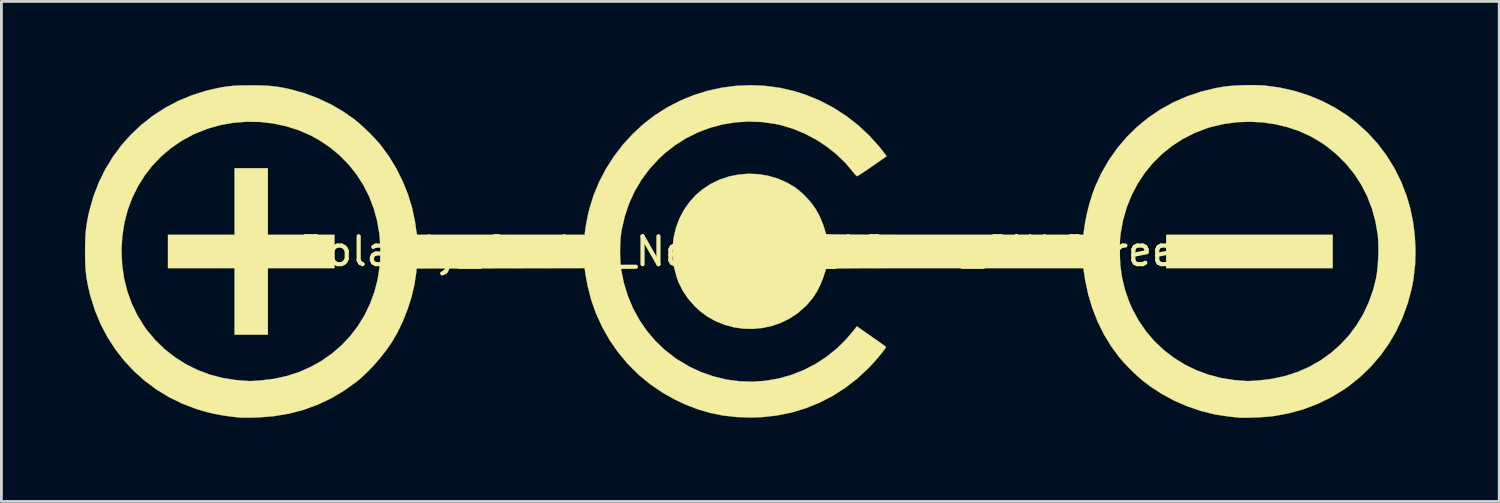
<source format=kicad_pcb>
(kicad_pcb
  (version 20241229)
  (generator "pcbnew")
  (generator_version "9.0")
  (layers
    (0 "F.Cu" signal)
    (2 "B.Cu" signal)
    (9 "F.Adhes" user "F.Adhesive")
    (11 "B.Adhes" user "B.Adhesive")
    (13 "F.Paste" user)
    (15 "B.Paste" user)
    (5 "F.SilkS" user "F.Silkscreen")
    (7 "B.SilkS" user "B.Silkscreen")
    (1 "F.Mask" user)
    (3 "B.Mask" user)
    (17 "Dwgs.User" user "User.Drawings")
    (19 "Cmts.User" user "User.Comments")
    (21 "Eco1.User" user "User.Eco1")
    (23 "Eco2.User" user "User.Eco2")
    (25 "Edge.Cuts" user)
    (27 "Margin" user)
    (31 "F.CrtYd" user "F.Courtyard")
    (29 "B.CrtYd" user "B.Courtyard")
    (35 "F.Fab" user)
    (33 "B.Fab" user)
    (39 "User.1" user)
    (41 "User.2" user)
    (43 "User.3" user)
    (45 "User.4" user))
  (footprint "Polarity_Center_Negative_12mm_SilkScreen"
    (layer "F.Cu")
    (at 23.873 5.977)
    (property "Reference" "Polarity_Center_Negative_12mm_SilkScreen" (at 0 0 0) (layer "F.SilkS") (effects (font (size 1 1) (thickness 0.15))))
    (attr board_only exclude_from_pos_files exclude_from_bom allow_missing_courtyard)
    (fp_poly (pts (xy 20.918 0.598) (xy 14.941 0.598) (xy 14.941 -0.598) (xy 20.918 -0.598) (xy 20.918 0.598)) (stroke (width 0.01) (type solid)) (fill yes) (layer "F.SilkS"))
    (fp_poly (pts (xy -17.307 -0.598) (xy -14.916 -0.598) (xy -14.916 0.598) (xy -17.307 0.598) (xy -17.307 2.988) (xy -18.502 2.988) (xy -18.502 0.598) (xy -20.893 0.598) (xy -20.893 -0.598) (xy -18.502 -0.598) (xy -18.502 -2.988) (xy -17.307 -2.988) (xy -17.307 -0.598)) (stroke (width 0.01) (type solid)) (fill yes) (layer "F.SilkS"))
    (fp_poly (pts (xy 18.17 -5.97) (xy 18.386 -5.962) (xy 18.491 -5.954) (xy 19.023 -5.882) (xy 19.544 -5.764) (xy 20.051 -5.603) (xy 20.539 -5.401) (xy 21.004 -5.159) (xy 21.441 -4.88) (xy 21.789 -4.612) (xy 22.184 -4.251) (xy 22.541 -3.857) (xy 22.86 -3.433) (xy 23.138 -2.981) (xy 23.375 -2.504) (xy 23.569 -2.004) (xy 23.695 -1.581) (xy 23.801 -1.077) (xy 23.867 -0.558) (xy 23.892 -0.035) (xy 23.876 0.485) (xy 23.818 0.993) (xy 23.755 1.329) (xy 23.612 1.862) (xy 23.427 2.371) (xy 23.201 2.855) (xy 22.934 3.313) (xy 22.628 3.742) (xy 22.284 4.14) (xy 21.904 4.506) (xy 21.488 4.838) (xy 21.313 4.96) (xy 20.854 5.239) (xy 20.374 5.473) (xy 19.874 5.663) (xy 19.351 5.808) (xy 18.844 5.903) (xy 18.716 5.919) (xy 18.558 5.933) (xy 18.381 5.946) (xy 18.195 5.956) (xy 18.011 5.964) (xy 17.839 5.968) (xy 17.69 5.969) (xy 17.575 5.966) (xy 17.531 5.962) (xy 17.469 5.955) (xy 17.373 5.945) (xy 17.258 5.933) (xy 17.182 5.925) (xy 16.69 5.85) (xy 16.198 5.728) (xy 15.711 5.563) (xy 15.238 5.358) (xy 14.786 5.116) (xy 14.362 4.839) (xy 14.107 4.644) (xy 13.944 4.504) (xy 13.766 4.338) (xy 13.586 4.16) (xy 13.418 3.982) (xy 13.274 3.818) (xy 13.257 3.798) (xy 12.967 3.405) (xy 12.707 2.977) (xy 12.482 2.521) (xy 12.293 2.041) (xy 12.143 1.544) (xy 12.035 1.036) (xy 12.014 0.903) (xy 11.969 0.598) (xy 7.353 0.598) (xy 6.77 0.598) (xy 6.235 0.598) (xy 5.746 0.598) (xy 5.301 0.599) (xy 4.899 0.599) (xy 4.538 0.6) (xy 4.215 0.601) (xy 3.93 0.602) (xy 3.681 0.604) (xy 3.465 0.605) (xy 3.28 0.607) (xy 3.126 0.61) (xy 3 0.612) (xy 2.9 0.615) (xy 2.825 0.618) (xy 2.773 0.621) (xy 2.741 0.624) (xy 2.729 0.628) (xy 2.729 0.629) (xy 2.628 0.944) (xy 2.517 1.218) (xy 2.391 1.46) (xy 2.244 1.68) (xy 2.071 1.887) (xy 1.993 1.968) (xy 1.725 2.205) (xy 1.433 2.401) (xy 1.122 2.556) (xy 0.795 2.671) (xy 0.458 2.745) (xy 0.116 2.778) (xy -0.229 2.771) (xy -0.57 2.724) (xy -0.903 2.635) (xy -1.224 2.506) (xy -1.528 2.337) (xy -1.811 2.126) (xy -1.975 1.974) (xy -2.217 1.7) (xy -2.413 1.411) (xy -2.565 1.102) (xy -2.627 0.936) (xy -2.723 0.576) (xy -2.773 0.214) (xy -2.776 0.009) (xy 13.273 0.009) (xy 13.294 0.49) (xy 13.358 0.95) (xy 13.467 1.394) (xy 13.621 1.827) (xy 13.733 2.079) (xy 13.958 2.49) (xy 14.221 2.871) (xy 14.519 3.22) (xy 14.85 3.535) (xy 15.211 3.814) (xy 15.6 4.056) (xy 16.013 4.259) (xy 16.449 4.421) (xy 16.905 4.541) (xy 17.378 4.617) (xy 17.655 4.64) (xy 17.745 4.645) (xy 17.824 4.65) (xy 17.855 4.652) (xy 17.902 4.652) (xy 17.988 4.648) (xy 18.1 4.642) (xy 18.229 4.634) (xy 18.257 4.632) (xy 18.746 4.573) (xy 19.215 4.47) (xy 19.663 4.324) (xy 20.086 4.137) (xy 20.484 3.91) (xy 20.853 3.647) (xy 21.193 3.347) (xy 21.501 3.014) (xy 21.775 2.648) (xy 22.013 2.252) (xy 22.212 1.828) (xy 22.372 1.376) (xy 22.475 0.971) (xy 22.507 0.784) (xy 22.532 0.562) (xy 22.549 0.318) (xy 22.559 0.066) (xy 22.561 -0.18) (xy 22.553 -0.406) (xy 22.538 -0.591) (xy 22.454 -1.078) (xy 22.327 -1.543) (xy 22.156 -1.985) (xy 21.943 -2.401) (xy 21.689 -2.79) (xy 21.394 -3.152) (xy 21.059 -3.485) (xy 20.684 -3.788) (xy 20.519 -3.903) (xy 20.138 -4.128) (xy 19.731 -4.315) (xy 19.302 -4.462) (xy 18.857 -4.568) (xy 18.401 -4.634) (xy 17.938 -4.658) (xy 17.475 -4.64) (xy 17.016 -4.578) (xy 16.567 -4.474) (xy 16.385 -4.418) (xy 15.943 -4.245) (xy 15.527 -4.032) (xy 15.141 -3.781) (xy 14.785 -3.493) (xy 14.461 -3.172) (xy 14.172 -2.819) (xy 13.919 -2.437) (xy 13.704 -2.028) (xy 13.529 -1.595) (xy 13.396 -1.139) (xy 13.307 -0.664) (xy 13.299 -0.598) (xy 13.289 -0.496) (xy 13.282 -0.359) (xy 13.276 -0.204) (xy 13.273 -0.045) (xy 13.273 0.009) (xy -2.776 0.009) (xy -2.778 -0.146) (xy -2.739 -0.501) (xy -2.658 -0.846) (xy -2.535 -1.176) (xy -2.373 -1.487) (xy -2.171 -1.775) (xy -1.932 -2.036) (xy -1.711 -2.225) (xy -1.411 -2.423) (xy -1.091 -2.578) (xy -0.754 -2.691) (xy -0.405 -2.761) (xy -0.05 -2.789) (xy 0.306 -2.774) (xy 0.658 -2.716) (xy 1.002 -2.615) (xy 1.332 -2.47) (xy 1.606 -2.308) (xy 1.688 -2.247) (xy 1.79 -2.163) (xy 1.896 -2.069) (xy 1.961 -2.009) (xy 2.176 -1.776) (xy 2.357 -1.526) (xy 2.508 -1.252) (xy 2.633 -0.946) (xy 2.729 -0.629) (xy 2.739 -0.625) (xy 2.768 -0.621) (xy 2.818 -0.618) (xy 2.89 -0.615) (xy 2.987 -0.612) (xy 3.11 -0.61) (xy 3.26 -0.608) (xy 3.441 -0.606) (xy 3.653 -0.604) (xy 3.898 -0.603) (xy 4.179 -0.601) (xy 4.497 -0.6) (xy 4.853 -0.599) (xy 5.25 -0.599) (xy 5.689 -0.598) (xy 6.173 -0.598) (xy 6.702 -0.598) (xy 7.279 -0.598) (xy 7.355 -0.598) (xy 11.973 -0.598) (xy 11.99 -0.753) (xy 12.036 -1.066) (xy 12.105 -1.401) (xy 12.193 -1.741) (xy 12.295 -2.068) (xy 12.391 -2.326) (xy 12.618 -2.817) (xy 12.884 -3.278) (xy 13.187 -3.71) (xy 13.526 -4.108) (xy 13.898 -4.473) (xy 14.301 -4.803) (xy 14.733 -5.096) (xy 15.193 -5.35) (xy 15.678 -5.563) (xy 16.186 -5.735) (xy 16.715 -5.864) (xy 17.017 -5.916) (xy 17.208 -5.938) (xy 17.433 -5.955) (xy 17.679 -5.967) (xy 17.929 -5.972) (xy 18.17 -5.97)) (stroke (width 0.01) (type solid)) (fill yes) (layer "F.SilkS"))
    (fp_poly (pts (xy 0.563 -5.943) (xy 1.084 -5.872) (xy 1.598 -5.753) (xy 2.005 -5.623) (xy 2.511 -5.414) (xy 2.995 -5.161) (xy 3.453 -4.866) (xy 3.884 -4.531) (xy 4.284 -4.158) (xy 4.652 -3.749) (xy 4.839 -3.509) (xy 4.905 -3.42) (xy 4.39 -3.061) (xy 4.248 -2.963) (xy 4.118 -2.875) (xy 4.007 -2.801) (xy 3.921 -2.745) (xy 3.864 -2.711) (xy 3.845 -2.702) (xy 3.816 -2.72) (xy 3.769 -2.769) (xy 3.715 -2.836) (xy 3.432 -3.173) (xy 3.11 -3.484) (xy 2.755 -3.767) (xy 2.373 -4.017) (xy 1.97 -4.23) (xy 1.552 -4.403) (xy 1.124 -4.533) (xy 0.906 -4.581) (xy 0.43 -4.647) (xy -0.046 -4.665) (xy -0.516 -4.636) (xy -0.979 -4.561) (xy -1.43 -4.441) (xy -1.867 -4.276) (xy -2.285 -4.069) (xy -2.682 -3.819) (xy -3.054 -3.529) (xy -3.287 -3.312) (xy -3.616 -2.952) (xy -3.9 -2.567) (xy -4.141 -2.159) (xy -4.338 -1.727) (xy -4.492 -1.27) (xy -4.603 -0.789) (xy -4.623 -0.672) (xy -4.645 -0.48) (xy -4.659 -0.256) (xy -4.664 -0.015) (xy -4.66 0.227) (xy -4.647 0.454) (xy -4.626 0.65) (xy -4.623 0.669) (xy -4.523 1.15) (xy -4.38 1.611) (xy -4.194 2.05) (xy -3.967 2.464) (xy -3.701 2.851) (xy -3.398 3.209) (xy -3.059 3.534) (xy -2.685 3.824) (xy -2.59 3.889) (xy -2.174 4.135) (xy -1.742 4.336) (xy -1.295 4.49) (xy -0.839 4.599) (xy -0.375 4.661) (xy 0.093 4.676) (xy 0.561 4.643) (xy 1.027 4.562) (xy 1.455 4.443) (xy 1.906 4.269) (xy 2.334 4.051) (xy 2.735 3.792) (xy 3.108 3.494) (xy 3.449 3.158) (xy 3.654 2.919) (xy 3.839 2.687) (xy 3.955 2.771) (xy 4.013 2.811) (xy 4.102 2.874) (xy 4.215 2.953) (xy 4.343 3.042) (xy 4.476 3.134) (xy 4.6 3.221) (xy 4.709 3.298) (xy 4.796 3.362) (xy 4.855 3.407) (xy 4.88 3.429) (xy 4.881 3.43) (xy 4.865 3.464) (xy 4.821 3.528) (xy 4.754 3.615) (xy 4.671 3.718) (xy 4.577 3.831) (xy 4.477 3.946) (xy 4.377 4.058) (xy 4.282 4.159) (xy 4.247 4.195) (xy 3.843 4.569) (xy 3.414 4.9) (xy 2.963 5.188) (xy 2.49 5.431) (xy 1.997 5.63) (xy 1.488 5.783) (xy 0.963 5.889) (xy 0.424 5.948) (xy 0.025 5.961) (xy -0.483 5.943) (xy -0.963 5.89) (xy -1.424 5.797) (xy -1.876 5.665) (xy -2.327 5.49) (xy -2.671 5.329) (xy -3.143 5.065) (xy -3.587 4.762) (xy -4 4.42) (xy -4.38 4.043) (xy -4.725 3.632) (xy -5.033 3.191) (xy -5.3 2.721) (xy -5.524 2.232) (xy -5.7 1.736) (xy -5.83 1.226) (xy -5.882 0.945) (xy -5.938 0.597) (xy -8.952 0.604) (xy -11.965 0.61) (xy -11.984 0.784) (xy -12.049 1.206) (xy -12.153 1.642) (xy -12.292 2.079) (xy -12.461 2.505) (xy -12.656 2.91) (xy -12.861 3.262) (xy -13.055 3.542) (xy -13.276 3.825) (xy -13.516 4.1) (xy -13.763 4.355) (xy -14.009 4.581) (xy -14.127 4.677) (xy -14.573 4.998) (xy -15.038 5.273) (xy -15.523 5.502) (xy -16.027 5.685) (xy -16.55 5.822) (xy -17.092 5.913) (xy -17.653 5.958) (xy -17.768 5.962) (xy -17.92 5.965) (xy -18.061 5.966) (xy -18.182 5.966) (xy -18.272 5.964) (xy -18.315 5.962) (xy -18.653 5.924) (xy -18.953 5.88) (xy -19.229 5.829) (xy -19.492 5.766) (xy -19.756 5.691) (xy -19.884 5.65) (xy -20.38 5.462) (xy -20.852 5.231) (xy -21.298 4.96) (xy -21.715 4.651) (xy -22.102 4.306) (xy -22.457 3.929) (xy -22.777 3.52) (xy -23.061 3.082) (xy -23.306 2.617) (xy -23.51 2.128) (xy -23.671 1.617) (xy -23.704 1.489) (xy -23.756 1.269) (xy -23.795 1.071) (xy -23.825 0.884) (xy -23.846 0.695) (xy -23.859 0.493) (xy -23.866 0.265) (xy -23.868 0) (xy -23.868 -0.012) (xy -22.561 -0.012) (xy -22.538 0.482) (xy -22.469 0.962) (xy -22.355 1.424) (xy -22.196 1.866) (xy -21.994 2.288) (xy -21.748 2.685) (xy -21.643 2.831) (xy -21.342 3.189) (xy -21.007 3.513) (xy -20.641 3.799) (xy -20.249 4.047) (xy -19.833 4.254) (xy -19.397 4.419) (xy -18.943 4.539) (xy -18.476 4.614) (xy -18.29 4.631) (xy -18.174 4.639) (xy -18.072 4.646) (xy -17.998 4.651) (xy -17.967 4.653) (xy -17.924 4.652) (xy -17.843 4.649) (xy -17.734 4.642) (xy -17.606 4.634) (xy -17.57 4.631) (xy -17.086 4.573) (xy -16.621 4.47) (xy -16.177 4.325) (xy -15.757 4.139) (xy -15.362 3.916) (xy -14.994 3.656) (xy -14.656 3.362) (xy -14.35 3.037) (xy -14.077 2.681) (xy -13.841 2.297) (xy -13.642 1.888) (xy -13.482 1.455) (xy -13.365 1.001) (xy -13.292 0.527) (xy -13.276 0.336) (xy -13.267 -0.157) (xy -13.304 -0.638) (xy -13.385 -1.104) (xy -13.509 -1.552) (xy -13.675 -1.981) (xy -13.881 -2.388) (xy -14.127 -2.77) (xy -14.41 -3.125) (xy -14.729 -3.45) (xy -15.083 -3.743) (xy -15.471 -4.001) (xy -15.776 -4.168) (xy -16.209 -4.356) (xy -16.66 -4.499) (xy -17.122 -4.597) (xy -17.592 -4.65) (xy -18.066 -4.658) (xy -18.538 -4.621) (xy -19.004 -4.539) (xy -19.46 -4.411) (xy -19.9 -4.238) (xy -19.991 -4.196) (xy -20.406 -3.97) (xy -20.789 -3.707) (xy -21.139 -3.41) (xy -21.455 -3.08) (xy -21.734 -2.72) (xy -21.975 -2.333) (xy -22.177 -1.922) (xy -22.338 -1.488) (xy -22.457 -1.034) (xy -22.531 -0.563) (xy -22.561 -0.078) (xy -22.561 -0.012) (xy -23.868 -0.012) (xy -23.866 -0.265) (xy -23.859 -0.493) (xy -23.846 -0.695) (xy -23.825 -0.883) (xy -23.796 -1.071) (xy -23.757 -1.27) (xy -23.715 -1.457) (xy -23.568 -1.975) (xy -23.378 -2.472) (xy -23.146 -2.944) (xy -22.875 -3.39) (xy -22.567 -3.807) (xy -22.223 -4.194) (xy -21.846 -4.548) (xy -21.439 -4.868) (xy -21.002 -5.152) (xy -20.538 -5.397) (xy -20.048 -5.602) (xy -19.536 -5.764) (xy -19.299 -5.822) (xy -19.094 -5.867) (xy -18.913 -5.901) (xy -18.744 -5.926) (xy -18.574 -5.944) (xy -18.393 -5.955) (xy -18.188 -5.961) (xy -17.948 -5.963) (xy -17.892 -5.963) (xy -17.625 -5.961) (xy -17.396 -5.953) (xy -17.191 -5.939) (xy -16.999 -5.917) (xy -16.807 -5.886) (xy -16.602 -5.844) (xy -16.462 -5.812) (xy -15.975 -5.675) (xy -15.497 -5.494) (xy -15.034 -5.274) (xy -14.596 -5.019) (xy -14.215 -4.751) (xy -14.034 -4.603) (xy -13.839 -4.428) (xy -13.643 -4.239) (xy -13.459 -4.049) (xy -13.3 -3.87) (xy -13.261 -3.822) (xy -12.962 -3.416) (xy -12.696 -2.979) (xy -12.466 -2.519) (xy -12.275 -2.043) (xy -12.128 -1.557) (xy -12.025 -1.07) (xy -12.003 -0.921) (xy -11.989 -0.817) (xy -11.976 -0.726) (xy -11.966 -0.664) (xy -11.964 -0.654) (xy -11.952 -0.598) (xy -5.927 -0.598) (xy -5.927 -0.657) (xy -5.921 -0.721) (xy -5.907 -0.823) (xy -5.886 -0.951) (xy -5.859 -1.095) (xy -5.83 -1.242) (xy -5.8 -1.383) (xy -5.771 -1.507) (xy -5.765 -1.529) (xy -5.612 -2.021) (xy -5.412 -2.501) (xy -5.17 -2.965) (xy -4.887 -3.408) (xy -4.567 -3.827) (xy -4.212 -4.216) (xy -3.826 -4.573) (xy -3.435 -4.875) (xy -2.985 -5.164) (xy -2.513 -5.409) (xy -2.024 -5.61) (xy -1.521 -5.767) (xy -1.007 -5.88) (xy -0.486 -5.947) (xy 0.038 -5.968) (xy 0.563 -5.943)) (stroke (width 0.01) (type solid)) (fill yes) (layer "F.SilkS")))
  (gr_rect
    (start -3 -3)
    (end 50.769 14.951)
    (stroke (width 0.1) (type default))
    (fill no)
    (layer "Edge.Cuts")))
</source>
